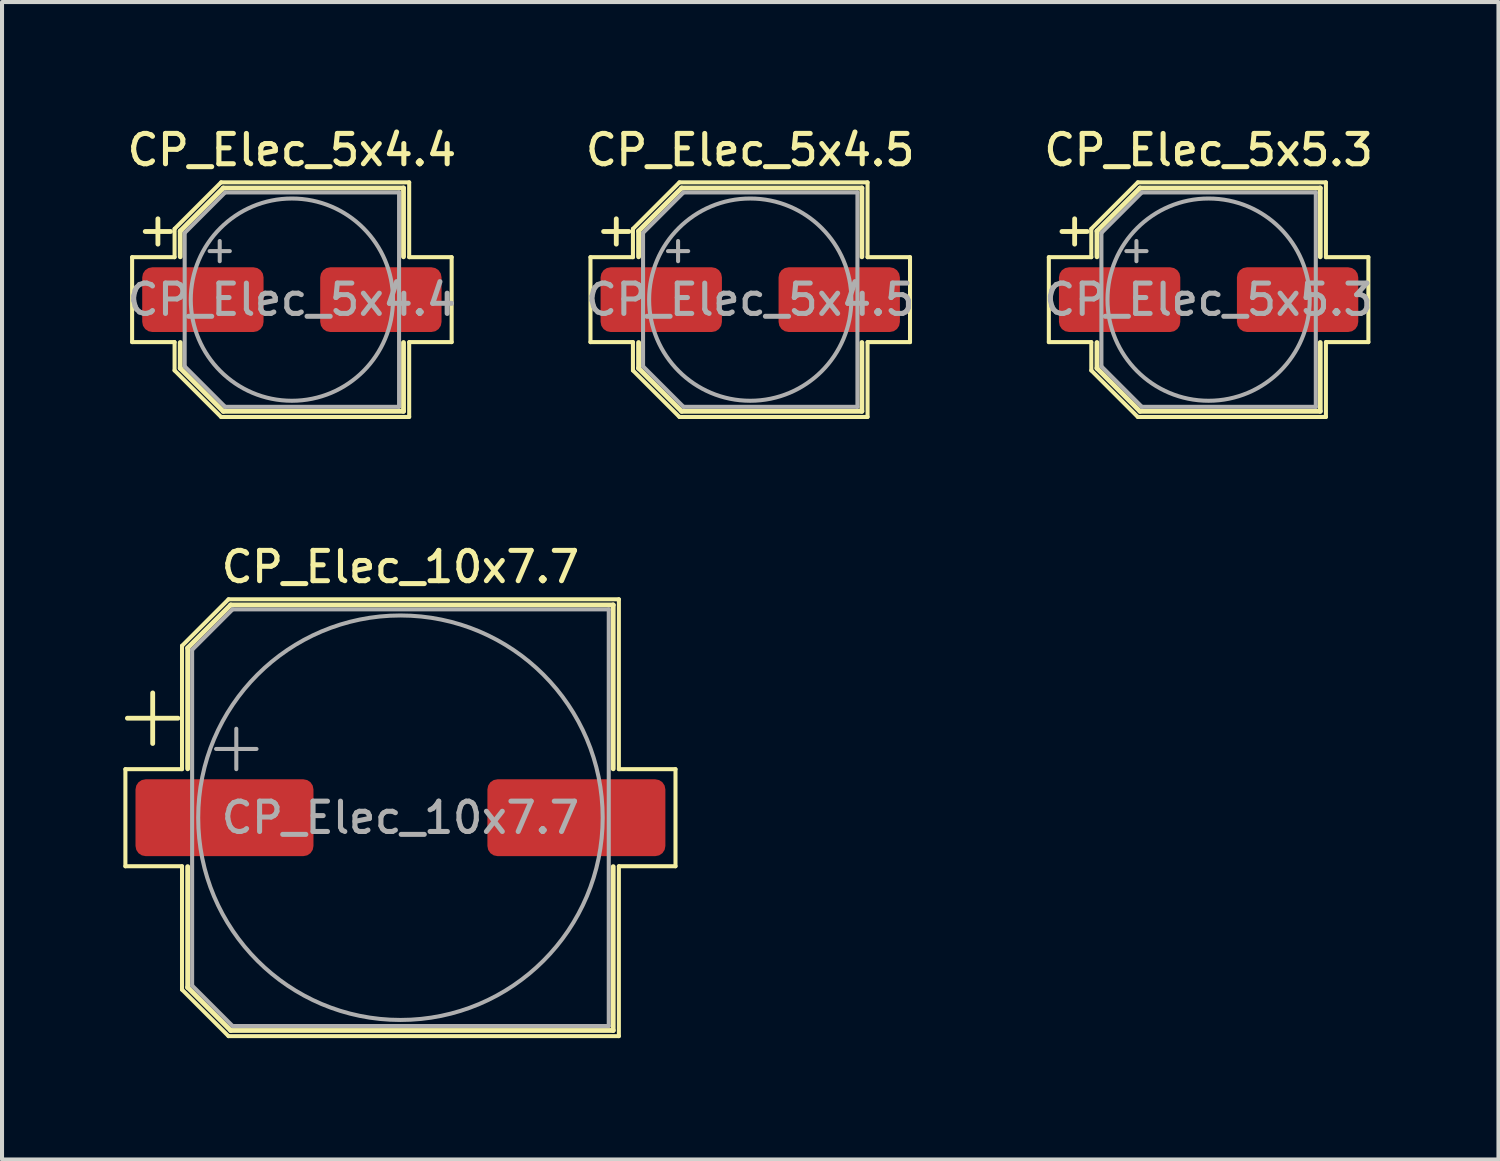
<source format=kicad_pcb>
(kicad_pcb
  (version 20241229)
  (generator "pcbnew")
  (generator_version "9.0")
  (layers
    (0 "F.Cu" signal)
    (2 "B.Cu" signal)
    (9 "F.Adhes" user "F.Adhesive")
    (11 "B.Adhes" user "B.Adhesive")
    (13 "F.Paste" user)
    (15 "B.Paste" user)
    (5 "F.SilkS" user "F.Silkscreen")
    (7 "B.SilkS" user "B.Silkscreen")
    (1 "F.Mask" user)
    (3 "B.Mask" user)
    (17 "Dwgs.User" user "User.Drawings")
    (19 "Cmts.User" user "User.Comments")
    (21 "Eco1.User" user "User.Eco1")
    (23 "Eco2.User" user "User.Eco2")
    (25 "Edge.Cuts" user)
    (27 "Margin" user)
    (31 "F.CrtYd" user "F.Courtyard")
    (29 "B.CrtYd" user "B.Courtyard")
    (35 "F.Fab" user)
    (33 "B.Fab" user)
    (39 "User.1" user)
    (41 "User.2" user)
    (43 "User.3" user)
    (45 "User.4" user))
  (footprint "CP_Elec_5x4.5"
    (layer "F.Cu")
    (at 15.498 4.358)
    (property "Reference" "CP_Elec_5x4.5" (at 0 -3.7 0) (layer "F.SilkS") (effects (font (size 0.75 0.75) (thickness 0.125))))
    (attr smd)
    (fp_line (start -3.95 -1.05) (end -3.95 1.05) (stroke (width 0.1) (type solid)) (layer "F.SilkS"))
    (fp_line (start -3.95 1.05) (end -2.9 1.05) (stroke (width 0.1) (type solid)) (layer "F.SilkS"))
    (fp_line (start -3.625 -1.685) (end -3 -1.685) (stroke (width 0.12) (type solid)) (layer "F.SilkS"))
    (fp_line (start -3.312 -1.998) (end -3.312 -1.373) (stroke (width 0.12) (type solid)) (layer "F.SilkS"))
    (fp_line (start -2.9 -1.75) (end -2.9 -1.05) (stroke (width 0.1) (type solid)) (layer "F.SilkS"))
    (fp_line (start -2.9 -1.75) (end -1.75 -2.9) (stroke (width 0.1) (type solid)) (layer "F.SilkS"))
    (fp_line (start -2.9 -1.05) (end -3.95 -1.05) (stroke (width 0.1) (type solid)) (layer "F.SilkS"))
    (fp_line (start -2.9 1.05) (end -2.9 1.75) (stroke (width 0.1) (type solid)) (layer "F.SilkS"))
    (fp_line (start -2.9 1.75) (end -1.75 2.9) (stroke (width 0.1) (type solid)) (layer "F.SilkS"))
    (fp_line (start -2.76 -1.696) (end -2.76 -1.06) (stroke (width 0.12) (type solid)) (layer "F.SilkS"))
    (fp_line (start -2.76 -1.696) (end -1.696 -2.76) (stroke (width 0.12) (type solid)) (layer "F.SilkS"))
    (fp_line (start -2.76 1.696) (end -2.76 1.06) (stroke (width 0.12) (type solid)) (layer "F.SilkS"))
    (fp_line (start -2.76 1.696) (end -1.696 2.76) (stroke (width 0.12) (type solid)) (layer "F.SilkS"))
    (fp_line (start -1.75 -2.9) (end 2.9 -2.9) (stroke (width 0.1) (type solid)) (layer "F.SilkS"))
    (fp_line (start -1.75 2.9) (end 2.9 2.9) (stroke (width 0.1) (type solid)) (layer "F.SilkS"))
    (fp_line (start -1.696 -2.76) (end 2.76 -2.76) (stroke (width 0.12) (type solid)) (layer "F.SilkS"))
    (fp_line (start -1.696 2.76) (end 2.76 2.76) (stroke (width 0.12) (type solid)) (layer "F.SilkS"))
    (fp_line (start 2.76 -2.76) (end 2.76 -1.06) (stroke (width 0.12) (type solid)) (layer "F.SilkS"))
    (fp_line (start 2.76 2.76) (end 2.76 1.06) (stroke (width 0.12) (type solid)) (layer "F.SilkS"))
    (fp_line (start 2.9 -2.9) (end 2.9 -1.05) (stroke (width 0.1) (type solid)) (layer "F.SilkS"))
    (fp_line (start 2.9 -1.05) (end 3.95 -1.05) (stroke (width 0.1) (type solid)) (layer "F.SilkS"))
    (fp_line (start 2.9 1.05) (end 2.9 2.9) (stroke (width 0.1) (type solid)) (layer "F.SilkS"))
    (fp_line (start 3.95 -1.05) (end 3.95 1.05) (stroke (width 0.1) (type solid)) (layer "F.SilkS"))
    (fp_line (start 3.95 1.05) (end 2.9 1.05) (stroke (width 0.1) (type solid)) (layer "F.SilkS"))
    (fp_line (start -2.65 -1.65) (end -2.65 1.65) (stroke (width 0.1) (type solid)) (layer "F.Fab"))
    (fp_line (start -2.65 -1.65) (end -1.65 -2.65) (stroke (width 0.1) (type solid)) (layer "F.Fab"))
    (fp_line (start -2.65 1.65) (end -1.65 2.65) (stroke (width 0.1) (type solid)) (layer "F.Fab"))
    (fp_line (start -2.034 -1.2) (end -1.534 -1.2) (stroke (width 0.1) (type solid)) (layer "F.Fab"))
    (fp_line (start -1.784 -1.45) (end -1.784 -0.95) (stroke (width 0.1) (type solid)) (layer "F.Fab"))
    (fp_line (start -1.65 -2.65) (end 2.65 -2.65) (stroke (width 0.1) (type solid)) (layer "F.Fab"))
    (fp_line (start -1.65 2.65) (end 2.65 2.65) (stroke (width 0.1) (type solid)) (layer "F.Fab"))
    (fp_line (start 2.65 -2.65) (end 2.65 2.65) (stroke (width 0.1) (type solid)) (layer "F.Fab"))
    (fp_circle (center 0 0) (end 2.5 0) (stroke (width 0.1) (type solid)) (fill no) (layer "F.Fab"))
    (fp_text user "${REFERENCE}" (at 0 0 0) (layer "F.Fab") (effects (font (size 0.75 0.75) (thickness 0.125))))
    (pad "1" smd roundrect (at -2.2 0) (size 3 1.6) (layers "F.Cu" "F.Mask" "F.Paste") (roundrect_rratio 0.156))
    (pad "2" smd roundrect (at 2.2 0) (size 3 1.6) (layers "F.Cu" "F.Mask" "F.Paste") (roundrect_rratio 0.156)))
  (footprint "CP_Elec_5x4.4"
    (layer "F.Cu")
    (at 4.166 4.358)
    (property "Reference" "CP_Elec_5x4.4" (at 0 -3.7 0) (layer "F.SilkS") (effects (font (size 0.75 0.75) (thickness 0.125))))
    (attr smd)
    (fp_line (start -3.95 -1.05) (end -3.95 1.05) (stroke (width 0.1) (type solid)) (layer "F.SilkS"))
    (fp_line (start -3.95 1.05) (end -2.9 1.05) (stroke (width 0.1) (type solid)) (layer "F.SilkS"))
    (fp_line (start -3.625 -1.685) (end -3 -1.685) (stroke (width 0.12) (type solid)) (layer "F.SilkS"))
    (fp_line (start -3.312 -1.998) (end -3.312 -1.373) (stroke (width 0.12) (type solid)) (layer "F.SilkS"))
    (fp_line (start -2.9 -1.75) (end -2.9 -1.05) (stroke (width 0.1) (type solid)) (layer "F.SilkS"))
    (fp_line (start -2.9 -1.75) (end -1.75 -2.9) (stroke (width 0.1) (type solid)) (layer "F.SilkS"))
    (fp_line (start -2.9 -1.05) (end -3.95 -1.05) (stroke (width 0.1) (type solid)) (layer "F.SilkS"))
    (fp_line (start -2.9 1.05) (end -2.9 1.75) (stroke (width 0.1) (type solid)) (layer "F.SilkS"))
    (fp_line (start -2.9 1.75) (end -1.75 2.9) (stroke (width 0.1) (type solid)) (layer "F.SilkS"))
    (fp_line (start -2.76 -1.696) (end -2.76 -1.06) (stroke (width 0.12) (type solid)) (layer "F.SilkS"))
    (fp_line (start -2.76 -1.696) (end -1.696 -2.76) (stroke (width 0.12) (type solid)) (layer "F.SilkS"))
    (fp_line (start -2.76 1.696) (end -2.76 1.06) (stroke (width 0.12) (type solid)) (layer "F.SilkS"))
    (fp_line (start -2.76 1.696) (end -1.696 2.76) (stroke (width 0.12) (type solid)) (layer "F.SilkS"))
    (fp_line (start -1.75 -2.9) (end 2.9 -2.9) (stroke (width 0.1) (type solid)) (layer "F.SilkS"))
    (fp_line (start -1.75 2.9) (end 2.9 2.9) (stroke (width 0.1) (type solid)) (layer "F.SilkS"))
    (fp_line (start -1.696 -2.76) (end 2.76 -2.76) (stroke (width 0.12) (type solid)) (layer "F.SilkS"))
    (fp_line (start -1.696 2.76) (end 2.76 2.76) (stroke (width 0.12) (type solid)) (layer "F.SilkS"))
    (fp_line (start 2.76 -2.76) (end 2.76 -1.06) (stroke (width 0.12) (type solid)) (layer "F.SilkS"))
    (fp_line (start 2.76 2.76) (end 2.76 1.06) (stroke (width 0.12) (type solid)) (layer "F.SilkS"))
    (fp_line (start 2.9 -2.9) (end 2.9 -1.05) (stroke (width 0.1) (type solid)) (layer "F.SilkS"))
    (fp_line (start 2.9 -1.05) (end 3.95 -1.05) (stroke (width 0.1) (type solid)) (layer "F.SilkS"))
    (fp_line (start 2.9 1.05) (end 2.9 2.9) (stroke (width 0.1) (type solid)) (layer "F.SilkS"))
    (fp_line (start 3.95 -1.05) (end 3.95 1.05) (stroke (width 0.1) (type solid)) (layer "F.SilkS"))
    (fp_line (start 3.95 1.05) (end 2.9 1.05) (stroke (width 0.1) (type solid)) (layer "F.SilkS"))
    (fp_line (start -2.65 -1.65) (end -2.65 1.65) (stroke (width 0.1) (type solid)) (layer "F.Fab"))
    (fp_line (start -2.65 -1.65) (end -1.65 -2.65) (stroke (width 0.1) (type solid)) (layer "F.Fab"))
    (fp_line (start -2.65 1.65) (end -1.65 2.65) (stroke (width 0.1) (type solid)) (layer "F.Fab"))
    (fp_line (start -2.034 -1.2) (end -1.534 -1.2) (stroke (width 0.1) (type solid)) (layer "F.Fab"))
    (fp_line (start -1.784 -1.45) (end -1.784 -0.95) (stroke (width 0.1) (type solid)) (layer "F.Fab"))
    (fp_line (start -1.65 -2.65) (end 2.65 -2.65) (stroke (width 0.1) (type solid)) (layer "F.Fab"))
    (fp_line (start -1.65 2.65) (end 2.65 2.65) (stroke (width 0.1) (type solid)) (layer "F.Fab"))
    (fp_line (start 2.65 -2.65) (end 2.65 2.65) (stroke (width 0.1) (type solid)) (layer "F.Fab"))
    (fp_circle (center 0 0) (end 2.5 0) (stroke (width 0.1) (type solid)) (fill no) (layer "F.Fab"))
    (fp_text user "${REFERENCE}" (at 0 0 0) (layer "F.Fab") (effects (font (size 0.75 0.75) (thickness 0.125))))
    (pad "1" smd roundrect (at -2.2 0) (size 3 1.6) (layers "F.Cu" "F.Mask" "F.Paste") (roundrect_rratio 0.156))
    (pad "2" smd roundrect (at 2.2 0) (size 3 1.6) (layers "F.Cu" "F.Mask" "F.Paste") (roundrect_rratio 0.156)))
  (footprint "CP_Elec_5x5.3"
    (layer "F.Cu")
    (at 26.83 4.358)
    (property "Reference" "CP_Elec_5x5.3" (at 0 -3.7 0) (layer "F.SilkS") (effects (font (size 0.75 0.75) (thickness 0.125))))
    (attr smd)
    (fp_line (start -3.95 -1.05) (end -3.95 1.05) (stroke (width 0.1) (type solid)) (layer "F.SilkS"))
    (fp_line (start -3.95 1.05) (end -2.9 1.05) (stroke (width 0.1) (type solid)) (layer "F.SilkS"))
    (fp_line (start -3.625 -1.685) (end -3 -1.685) (stroke (width 0.12) (type solid)) (layer "F.SilkS"))
    (fp_line (start -3.312 -1.998) (end -3.312 -1.373) (stroke (width 0.12) (type solid)) (layer "F.SilkS"))
    (fp_line (start -2.9 -1.75) (end -2.9 -1.05) (stroke (width 0.1) (type solid)) (layer "F.SilkS"))
    (fp_line (start -2.9 -1.75) (end -1.75 -2.9) (stroke (width 0.1) (type solid)) (layer "F.SilkS"))
    (fp_line (start -2.9 -1.05) (end -3.95 -1.05) (stroke (width 0.1) (type solid)) (layer "F.SilkS"))
    (fp_line (start -2.9 1.05) (end -2.9 1.75) (stroke (width 0.1) (type solid)) (layer "F.SilkS"))
    (fp_line (start -2.9 1.75) (end -1.75 2.9) (stroke (width 0.1) (type solid)) (layer "F.SilkS"))
    (fp_line (start -2.76 -1.696) (end -2.76 -1.06) (stroke (width 0.12) (type solid)) (layer "F.SilkS"))
    (fp_line (start -2.76 -1.696) (end -1.696 -2.76) (stroke (width 0.12) (type solid)) (layer "F.SilkS"))
    (fp_line (start -2.76 1.696) (end -2.76 1.06) (stroke (width 0.12) (type solid)) (layer "F.SilkS"))
    (fp_line (start -2.76 1.696) (end -1.696 2.76) (stroke (width 0.12) (type solid)) (layer "F.SilkS"))
    (fp_line (start -1.75 -2.9) (end 2.9 -2.9) (stroke (width 0.1) (type solid)) (layer "F.SilkS"))
    (fp_line (start -1.75 2.9) (end 2.9 2.9) (stroke (width 0.1) (type solid)) (layer "F.SilkS"))
    (fp_line (start -1.696 -2.76) (end 2.76 -2.76) (stroke (width 0.12) (type solid)) (layer "F.SilkS"))
    (fp_line (start -1.696 2.76) (end 2.76 2.76) (stroke (width 0.12) (type solid)) (layer "F.SilkS"))
    (fp_line (start 2.76 -2.76) (end 2.76 -1.06) (stroke (width 0.12) (type solid)) (layer "F.SilkS"))
    (fp_line (start 2.76 2.76) (end 2.76 1.06) (stroke (width 0.12) (type solid)) (layer "F.SilkS"))
    (fp_line (start 2.9 -2.9) (end 2.9 -1.05) (stroke (width 0.1) (type solid)) (layer "F.SilkS"))
    (fp_line (start 2.9 -1.05) (end 3.95 -1.05) (stroke (width 0.1) (type solid)) (layer "F.SilkS"))
    (fp_line (start 2.9 1.05) (end 2.9 2.9) (stroke (width 0.1) (type solid)) (layer "F.SilkS"))
    (fp_line (start 3.95 -1.05) (end 3.95 1.05) (stroke (width 0.1) (type solid)) (layer "F.SilkS"))
    (fp_line (start 3.95 1.05) (end 2.9 1.05) (stroke (width 0.1) (type solid)) (layer "F.SilkS"))
    (fp_line (start -2.65 -1.65) (end -2.65 1.65) (stroke (width 0.1) (type solid)) (layer "F.Fab"))
    (fp_line (start -2.65 -1.65) (end -1.65 -2.65) (stroke (width 0.1) (type solid)) (layer "F.Fab"))
    (fp_line (start -2.65 1.65) (end -1.65 2.65) (stroke (width 0.1) (type solid)) (layer "F.Fab"))
    (fp_line (start -2.034 -1.2) (end -1.534 -1.2) (stroke (width 0.1) (type solid)) (layer "F.Fab"))
    (fp_line (start -1.784 -1.45) (end -1.784 -0.95) (stroke (width 0.1) (type solid)) (layer "F.Fab"))
    (fp_line (start -1.65 -2.65) (end 2.65 -2.65) (stroke (width 0.1) (type solid)) (layer "F.Fab"))
    (fp_line (start -1.65 2.65) (end 2.65 2.65) (stroke (width 0.1) (type solid)) (layer "F.Fab"))
    (fp_line (start 2.65 -2.65) (end 2.65 2.65) (stroke (width 0.1) (type solid)) (layer "F.Fab"))
    (fp_circle (center 0 0) (end 2.5 0) (stroke (width 0.1) (type solid)) (fill no) (layer "F.Fab"))
    (fp_text user "${REFERENCE}" (at 0 0 0) (layer "F.Fab") (effects (font (size 0.75 0.75) (thickness 0.125))))
    (pad "1" smd roundrect (at -2.2 0) (size 3 1.6) (layers "F.Cu" "F.Mask" "F.Paste") (roundrect_rratio 0.156))
    (pad "2" smd roundrect (at 2.2 0) (size 3 1.6) (layers "F.Cu" "F.Mask" "F.Paste") (roundrect_rratio 0.156)))
  (footprint "CP_Elec_10x7.7"
    (layer "F.Cu")
    (at 6.85 17.166)
    (property "Reference" "CP_Elec_10x7.7" (at 0 -6.2 0) (layer "F.SilkS") (effects (font (size 0.75 0.75) (thickness 0.125))))
    (attr smd)
    (fp_line (start -6.8 -1.2) (end -6.8 1.2) (stroke (width 0.1) (type solid)) (layer "F.SilkS"))
    (fp_line (start -6.8 1.2) (end -5.4 1.2) (stroke (width 0.1) (type solid)) (layer "F.SilkS"))
    (fp_line (start -6.75 -2.46) (end -5.5 -2.46) (stroke (width 0.12) (type solid)) (layer "F.SilkS"))
    (fp_line (start -6.125 -3.085) (end -6.125 -1.835) (stroke (width 0.12) (type solid)) (layer "F.SilkS"))
    (fp_line (start -5.4 -4.25) (end -5.4 -1.2) (stroke (width 0.1) (type solid)) (layer "F.SilkS"))
    (fp_line (start -5.4 -4.25) (end -4.25 -5.4) (stroke (width 0.1) (type solid)) (layer "F.SilkS"))
    (fp_line (start -5.4 -1.2) (end -6.8 -1.2) (stroke (width 0.1) (type solid)) (layer "F.SilkS"))
    (fp_line (start -5.4 1.2) (end -5.4 4.25) (stroke (width 0.1) (type solid)) (layer "F.SilkS"))
    (fp_line (start -5.4 4.25) (end -4.25 5.4) (stroke (width 0.1) (type solid)) (layer "F.SilkS"))
    (fp_line (start -5.26 -4.196) (end -5.26 -1.21) (stroke (width 0.12) (type solid)) (layer "F.SilkS"))
    (fp_line (start -5.26 -4.196) (end -4.196 -5.26) (stroke (width 0.12) (type solid)) (layer "F.SilkS"))
    (fp_line (start -5.26 4.196) (end -5.26 1.21) (stroke (width 0.12) (type solid)) (layer "F.SilkS"))
    (fp_line (start -5.26 4.196) (end -4.196 5.26) (stroke (width 0.12) (type solid)) (layer "F.SilkS"))
    (fp_line (start -4.25 -5.4) (end 5.4 -5.4) (stroke (width 0.1) (type solid)) (layer "F.SilkS"))
    (fp_line (start -4.25 5.4) (end 5.4 5.4) (stroke (width 0.1) (type solid)) (layer "F.SilkS"))
    (fp_line (start -4.196 -5.26) (end 5.26 -5.26) (stroke (width 0.12) (type solid)) (layer "F.SilkS"))
    (fp_line (start -4.196 5.26) (end 5.26 5.26) (stroke (width 0.12) (type solid)) (layer "F.SilkS"))
    (fp_line (start 5.26 -5.26) (end 5.26 -1.21) (stroke (width 0.12) (type solid)) (layer "F.SilkS"))
    (fp_line (start 5.26 5.26) (end 5.26 1.21) (stroke (width 0.12) (type solid)) (layer "F.SilkS"))
    (fp_line (start 5.4 -5.4) (end 5.4 -1.2) (stroke (width 0.1) (type solid)) (layer "F.SilkS"))
    (fp_line (start 5.4 -1.2) (end 6.8 -1.2) (stroke (width 0.1) (type solid)) (layer "F.SilkS"))
    (fp_line (start 5.4 1.2) (end 5.4 5.4) (stroke (width 0.1) (type solid)) (layer "F.SilkS"))
    (fp_line (start 6.8 -1.2) (end 6.8 1.2) (stroke (width 0.1) (type solid)) (layer "F.SilkS"))
    (fp_line (start 6.8 1.2) (end 5.4 1.2) (stroke (width 0.1) (type solid)) (layer "F.SilkS"))
    (fp_line (start -5.15 -4.15) (end -5.15 4.15) (stroke (width 0.1) (type solid)) (layer "F.Fab"))
    (fp_line (start -5.15 -4.15) (end -4.15 -5.15) (stroke (width 0.1) (type solid)) (layer "F.Fab"))
    (fp_line (start -5.15 4.15) (end -4.15 5.15) (stroke (width 0.1) (type solid)) (layer "F.Fab"))
    (fp_line (start -4.558 -1.7) (end -3.558 -1.7) (stroke (width 0.1) (type solid)) (layer "F.Fab"))
    (fp_line (start -4.15 -5.15) (end 5.15 -5.15) (stroke (width 0.1) (type solid)) (layer "F.Fab"))
    (fp_line (start -4.15 5.15) (end 5.15 5.15) (stroke (width 0.1) (type solid)) (layer "F.Fab"))
    (fp_line (start -4.058 -2.2) (end -4.058 -1.2) (stroke (width 0.1) (type solid)) (layer "F.Fab"))
    (fp_line (start 5.15 -5.15) (end 5.15 5.15) (stroke (width 0.1) (type solid)) (layer "F.Fab"))
    (fp_circle (center 0 0) (end 5 0) (stroke (width 0.1) (type solid)) (fill no) (layer "F.Fab"))
    (fp_text user "${REFERENCE}" (at 0 0 0) (layer "F.Fab") (effects (font (size 0.75 0.75) (thickness 0.125))))
    (pad "1" smd roundrect (at -4.35 0) (size 4.4 1.9) (layers "F.Cu" "F.Mask" "F.Paste") (roundrect_rratio 0.132))
    (pad "2" smd roundrect (at 4.35 0) (size 4.4 1.9) (layers "F.Cu" "F.Mask" "F.Paste") (roundrect_rratio 0.132)))
  (gr_rect
    (start -3 -3)
    (end 33.996 25.616)
    (stroke (width 0.1) (type default))
    (fill no)
    (layer "Edge.Cuts")))
</source>
